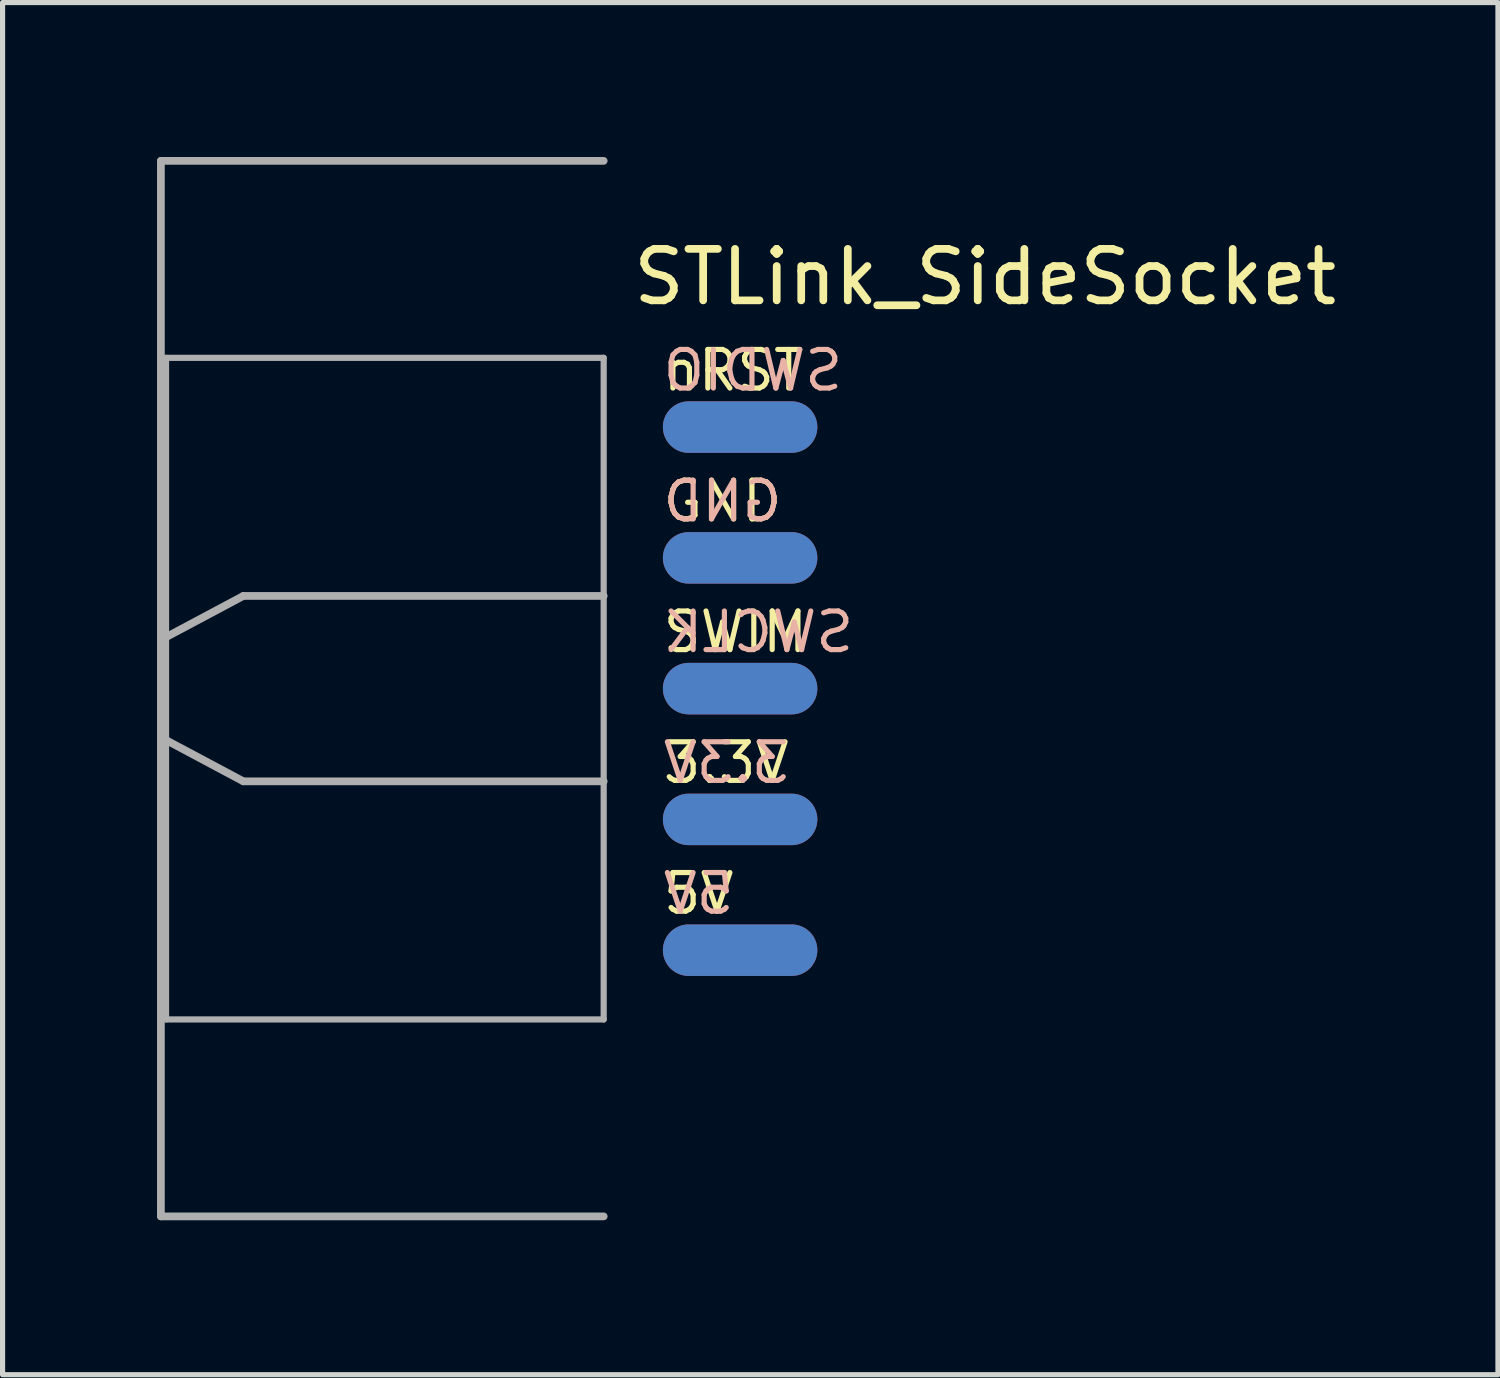
<source format=kicad_pcb>
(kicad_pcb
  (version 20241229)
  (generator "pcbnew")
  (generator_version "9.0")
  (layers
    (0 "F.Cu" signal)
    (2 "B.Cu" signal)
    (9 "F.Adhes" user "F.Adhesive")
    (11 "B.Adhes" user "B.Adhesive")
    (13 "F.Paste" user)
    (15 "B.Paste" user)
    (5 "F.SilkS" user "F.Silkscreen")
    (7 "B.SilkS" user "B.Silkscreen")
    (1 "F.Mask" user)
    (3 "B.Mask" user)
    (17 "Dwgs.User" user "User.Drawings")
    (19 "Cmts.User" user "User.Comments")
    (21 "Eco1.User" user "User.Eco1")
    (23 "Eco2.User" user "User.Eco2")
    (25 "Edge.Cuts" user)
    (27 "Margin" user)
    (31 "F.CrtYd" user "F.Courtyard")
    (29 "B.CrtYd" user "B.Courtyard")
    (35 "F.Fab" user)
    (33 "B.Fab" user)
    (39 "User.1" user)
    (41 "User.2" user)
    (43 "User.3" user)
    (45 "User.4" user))
  (footprint "STLink_SideSocket"
    (layer "F.Cu")
    (at 8.675 10.325)
    (property "Reference" "STLink_SideSocket" (at 0.5 -7.996 180) (layer "F.SilkS") (effects (font (size 1 1) (thickness 0.15)) (justify left)))
    (attr through_hole)
    (fp_line (start -8.6 -10.25) (end -8.6 10.25) (stroke (width 0.15) (type solid)) (layer "F.Fab"))
    (fp_line (start -8.5 -6.425) (end 0 -6.425) (stroke (width 0.12) (type solid)) (layer "F.Fab"))
    (fp_line (start -8.5 -1) (end -7 -1.8) (stroke (width 0.15) (type solid)) (layer "F.Fab"))
    (fp_line (start -8.5 6.425) (end -8.5 -6.425) (stroke (width 0.12) (type solid)) (layer "F.Fab"))
    (fp_line (start -8.5 6.425) (end 0 6.425) (stroke (width 0.12) (type solid)) (layer "F.Fab"))
    (fp_line (start -7 -1.8) (end 0 -1.8) (stroke (width 0.15) (type solid)) (layer "F.Fab"))
    (fp_line (start -7 1.8) (end -8.5 1) (stroke (width 0.15) (type solid)) (layer "F.Fab"))
    (fp_line (start -7 1.8) (end 0 1.8) (stroke (width 0.15) (type solid)) (layer "F.Fab"))
    (fp_line (start 0 -10.25) (end -8.6 -10.25) (stroke (width 0.15) (type solid)) (layer "F.Fab"))
    (fp_line (start 0 6.425) (end 0 -6.425) (stroke (width 0.12) (type solid)) (layer "F.Fab"))
    (fp_line (start 0 10.25) (end -8.6 10.25) (stroke (width 0.15) (type solid)) (layer "F.Fab"))
    (fp_text user "5V" (at 1.1 3.98 180) (layer "F.SilkS") (effects (font (size 0.75 0.75) (thickness 0.1)) (justify left)))
    (fp_text user "3.3V" (at 1.1 1.44 180) (layer "F.SilkS") (effects (font (size 0.75 0.75) (thickness 0.1)) (justify left)))
    (fp_text user "GND" (at 1.1 -3.64 180) (layer "F.SilkS") (effects (font (size 0.75 0.75) (thickness 0.1)) (justify left)))
    (fp_text user "SWIM" (at 1.1 -1.1 180) (layer "F.SilkS") (effects (font (size 0.75 0.75) (thickness 0.1)) (justify left)))
    (fp_text user "nRST" (at 1.1 -6.18 180) (layer "F.SilkS") (effects (font (size 0.75 0.75) (thickness 0.1)) (justify left)))
    (fp_text user "5V" (at 1.1 3.98 180) (layer "B.SilkS") (effects (font (size 0.75 0.75) (thickness 0.1)) (justify right mirror)))
    (fp_text user "GND" (at 1.1 -3.64 180) (layer "B.SilkS") (effects (font (size 0.75 0.75) (thickness 0.1)) (justify right mirror)))
    (fp_text user "3.3V" (at 1.1 1.44 180) (layer "B.SilkS") (effects (font (size 0.75 0.75) (thickness 0.1)) (justify right mirror)))
    (fp_text user "SWCLK" (at 1.1 -1.1 180) (layer "B.SilkS") (effects (font (size 0.75 0.75) (thickness 0.1)) (justify right mirror)))
    (fp_text user "SWDIO" (at 1.1 -6.18 180) (layer "B.SilkS") (effects (font (size 0.75 0.75) (thickness 0.1)) (justify right mirror)))
    (pad "1" smd oval (at 2.65 -5.08 90) (size 1 3) (layers "F.Cu" "F.Mask" "F.Paste"))
    (pad "2" smd oval (at 2.65 -5.08 90) (size 1 3) (layers "B.Cu" "B.Mask" "B.Paste"))
    (pad "3" smd oval (at 2.65 -2.54 90) (size 1 3) (layers "F.Cu" "F.Mask" "F.Paste"))
    (pad "4" smd oval (at 2.65 -2.54 90) (size 1 3) (layers "B.Cu" "B.Mask" "B.Paste"))
    (pad "5" smd oval (at 2.65 0 90) (size 1 3) (layers "F.Cu" "F.Mask" "F.Paste"))
    (pad "6" smd oval (at 2.65 0 90) (size 1 3) (layers "B.Cu" "B.Mask" "B.Paste"))
    (pad "7" smd oval (at 2.65 2.54 90) (size 1 3) (layers "F.Cu" "F.Mask" "F.Paste"))
    (pad "8" smd oval (at 2.65 2.54 90) (size 1 3) (layers "B.Cu" "B.Mask" "B.Paste"))
    (pad "9" smd oval (at 2.65 5.08 90) (size 1 3) (layers "F.Cu" "F.Mask" "F.Paste"))
    (pad "10" smd oval (at 2.65 5.08 90) (size 1 3) (layers "B.Cu" "B.Mask" "B.Paste")))
  (gr_rect
    (start -3 -3)
    (end 26.044 23.65)
    (stroke (width 0.1) (type default))
    (fill no)
    (layer "Edge.Cuts")))
</source>
